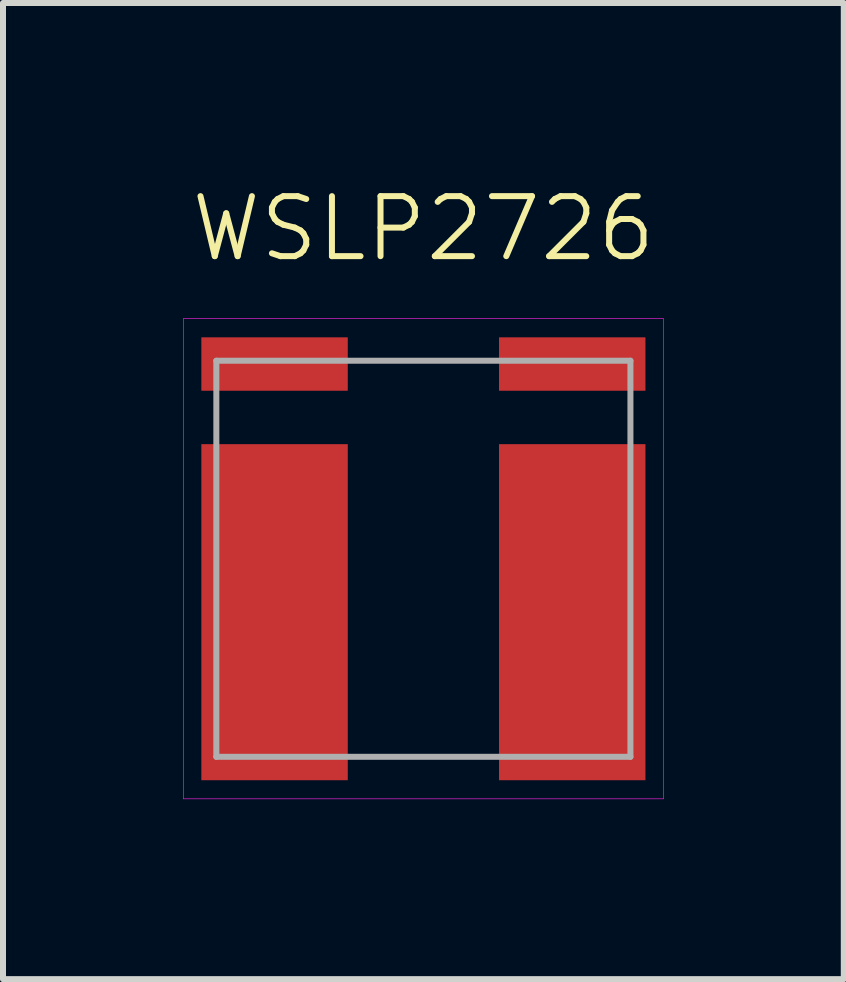
<source format=kicad_pcb>
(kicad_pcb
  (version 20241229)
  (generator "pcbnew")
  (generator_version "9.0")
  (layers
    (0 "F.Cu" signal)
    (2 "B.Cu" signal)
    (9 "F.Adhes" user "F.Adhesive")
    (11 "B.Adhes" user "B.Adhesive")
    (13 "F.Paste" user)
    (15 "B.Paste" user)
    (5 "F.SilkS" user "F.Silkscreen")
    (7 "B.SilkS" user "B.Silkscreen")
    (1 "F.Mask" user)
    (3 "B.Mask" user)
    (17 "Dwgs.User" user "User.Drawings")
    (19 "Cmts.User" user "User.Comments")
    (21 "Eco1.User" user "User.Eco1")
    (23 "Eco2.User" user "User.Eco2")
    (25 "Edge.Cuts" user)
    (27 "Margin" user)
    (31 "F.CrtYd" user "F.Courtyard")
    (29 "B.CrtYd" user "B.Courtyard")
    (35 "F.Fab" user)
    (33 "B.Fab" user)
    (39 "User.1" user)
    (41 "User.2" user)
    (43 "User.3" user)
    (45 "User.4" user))
  (footprint "WSLP2726"
    (layer "F.Cu")
    (at 4.005 6.261)
    (property "Reference" "WSLP2726" (at 0 -5.5 0) (layer "F.SilkS") (effects (font (size 1 1) (thickness 0.1))))
    (attr through_hole)
    (fp_line (start -4 -4) (end 4 -4) (stroke (width 0.01) (type solid)) (layer "F.CrtYd"))
    (fp_line (start -4 4) (end -4 -4) (stroke (width 0.01) (type solid)) (layer "F.CrtYd"))
    (fp_line (start 4 -4) (end 4 4) (stroke (width 0.01) (type solid)) (layer "F.CrtYd"))
    (fp_line (start 4 4) (end -4 4) (stroke (width 0.01) (type solid)) (layer "F.CrtYd"))
    (fp_line (start -3.45 -3.3) (end -3.45 3.3) (stroke (width 0.1) (type solid)) (layer "F.Fab"))
    (fp_line (start -3.45 -3.3) (end 3.45 -3.3) (stroke (width 0.1) (type solid)) (layer "F.Fab"))
    (fp_line (start -3.45 3.3) (end 3.45 3.3) (stroke (width 0.1) (type solid)) (layer "F.Fab"))
    (fp_line (start 3.45 -3.3) (end 3.45 3.3) (stroke (width 0.1) (type solid)) (layer "F.Fab"))
    (pad "1" smd rect (at -2.48 0.89) (size 2.44 5.6) (layers "F.Cu" "F.Mask" "F.Paste"))
    (pad "2" smd rect (at -2.48 -3.245) (size 2.44 0.89) (layers "F.Cu" "F.Mask" "F.Paste"))
    (pad "3" smd rect (at 2.48 -3.245) (size 2.44 0.89) (layers "F.Cu" "F.Mask" "F.Paste"))
    (pad "4" smd rect (at 2.48 0.89) (size 2.44 5.6) (layers "F.Cu" "F.Mask" "F.Paste")))
  (gr_rect
    (start -3 -3)
    (end 11.01 13.265)
    (stroke (width 0.1) (type default))
    (fill no)
    (layer "Edge.Cuts")))
</source>
